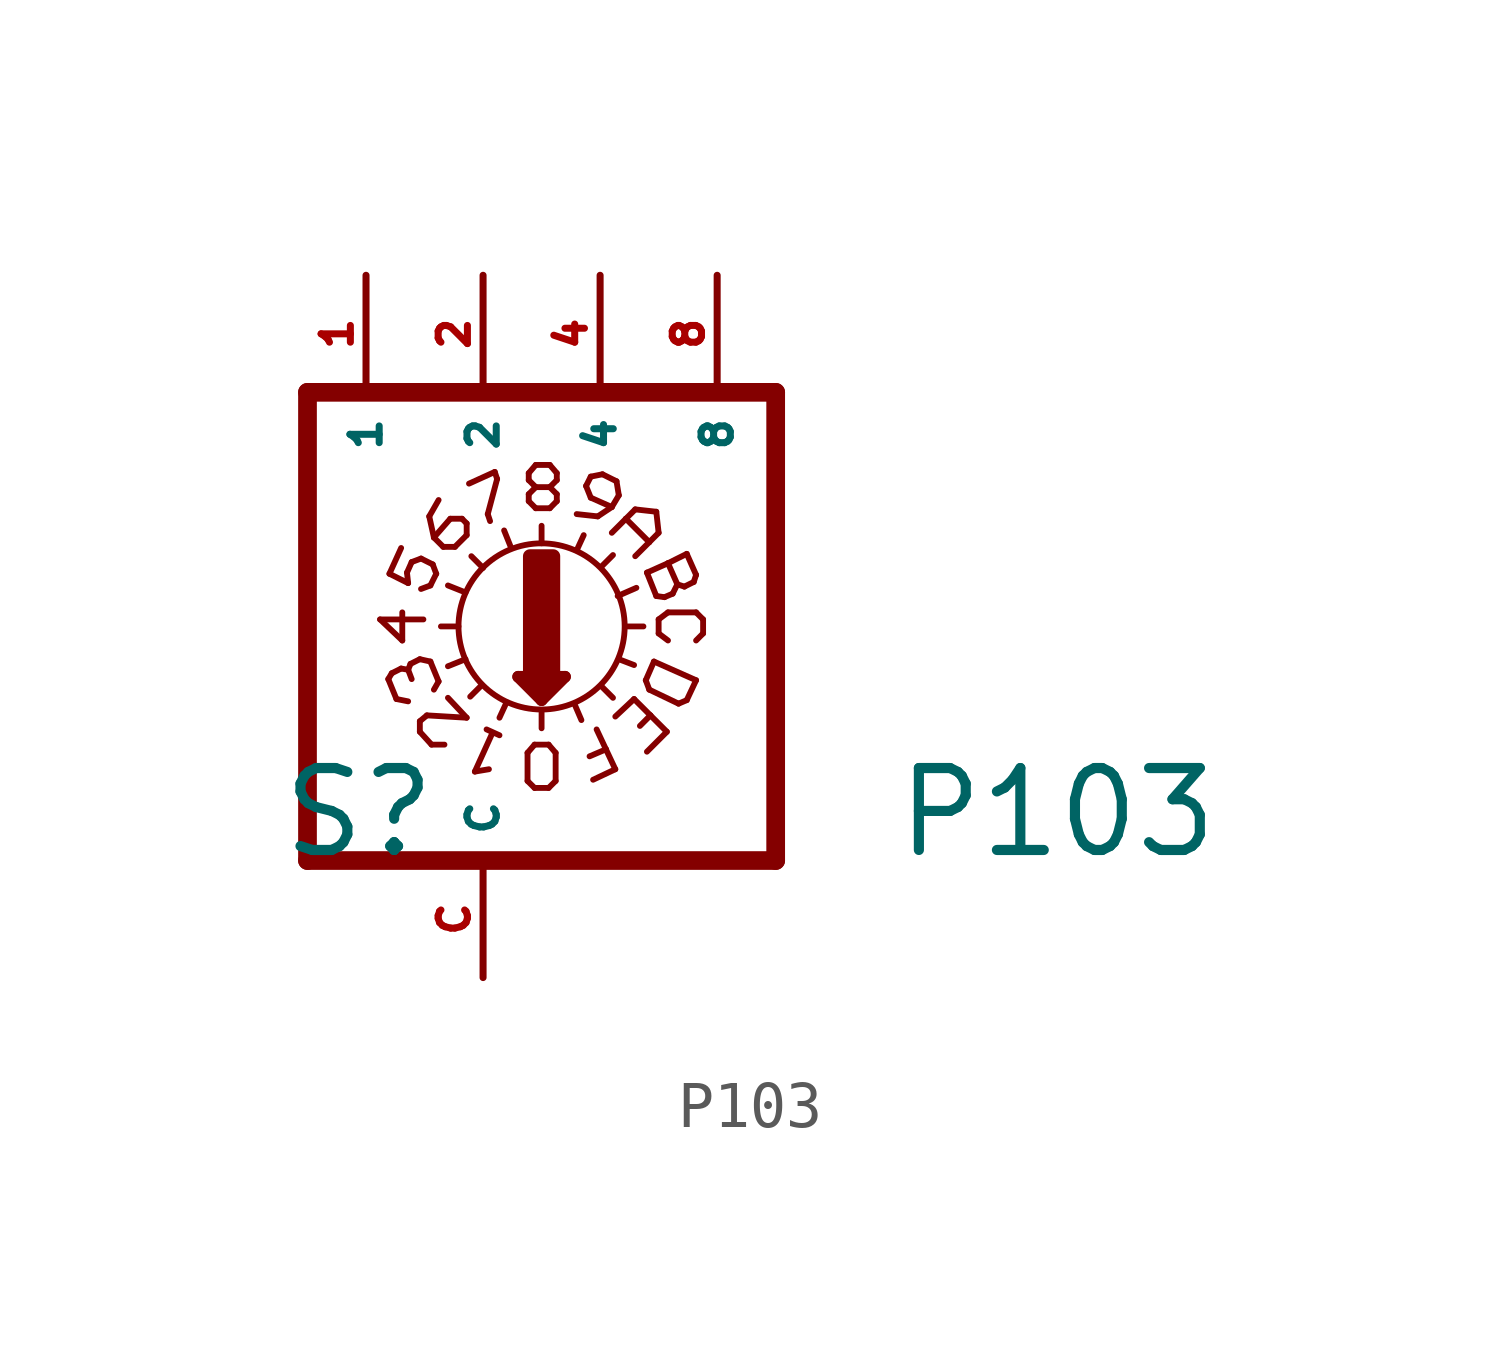
<source format=kicad_sym>
(kicad_symbol_lib
  (version 20220914)
  (generator Eagle2Kicad)
  (symbol "P103"
    (property "Reference" "S"
      (at -4.445 -5.08 0)
      (effects (font (size 1.778 1.778) (thickness 0.22)) (justify left bottom)))
    (property "Value" "P103"
      (at 8.89 -5.08 0)
      (effects (font (size 1.778 1.778) (thickness 0.22)) (justify left bottom)))
    (polyline
      (pts (xy 6.35 -5.08) (xy 6.35 5.08))
      (stroke (width 0.406) (type default))
      (fill (type none)))
    (polyline
      (pts (xy 3.099 0) (xy 3.48 0))
      (stroke (width 0.127) (type default))
      (fill (type none)))
    (polyline
      (pts (xy 1.27 1.803) (xy 1.27 2.184))
      (stroke (width 0.127) (type default))
      (fill (type none)))
    (polyline
      (pts (xy -0.914 0) (xy -0.533 0))
      (stroke (width 0.127) (type default))
      (fill (type none)))
    (polyline
      (pts (xy 2.565 -1.295) (xy 2.819 -1.549))
      (stroke (width 0.127) (type default))
      (fill (type none)))
    (polyline
      (pts (xy 0 1.27) (xy -0.254 1.524))
      (stroke (width 0.127) (type default))
      (fill (type none)))
    (polyline
      (pts (xy 2.565 1.295) (xy 2.819 1.549))
      (stroke (width 0.127) (type default))
      (fill (type none)))
    (polyline
      (pts (xy -0.025 -1.27) (xy -0.279 -1.524))
      (stroke (width 0.127) (type default))
      (fill (type none)))
    (polyline
      (pts (xy 2.032 1.651) (xy 2.184 1.981))
      (stroke (width 0.127) (type default))
      (fill (type none)))
    (polyline
      (pts (xy 2.921 0.66) (xy 3.327 0.838))
      (stroke (width 0.127) (type default))
      (fill (type none)))
    (polyline
      (pts (xy 2.946 -0.711) (xy 3.277 -0.838))
      (stroke (width 0.127) (type default))
      (fill (type none)))
    (polyline
      (pts (xy 1.981 -1.676) (xy 2.134 -2.032))
      (stroke (width 0.127) (type default))
      (fill (type none)))
    (polyline
      (pts (xy 0.508 -1.651) (xy 0.356 -1.981))
      (stroke (width 0.127) (type default))
      (fill (type none)))
    (polyline
      (pts (xy -0.381 -0.711) (xy -0.762 -0.864))
      (stroke (width 0.127) (type default))
      (fill (type none)))
    (polyline
      (pts (xy -0.381 0.737) (xy -0.762 0.889))
      (stroke (width 0.127) (type default))
      (fill (type none)))
    (polyline
      (pts (xy 0.61 1.702) (xy 0.457 2.083))
      (stroke (width 0.127) (type default))
      (fill (type none)))
    (polyline
      (pts (xy 0.762 -1.092) (xy 1.27 -1.6))
      (stroke (width 0.254) (type default))
      (fill (type none)))
    (polyline
      (pts (xy 1.27 -1.6) (xy 1.778 -1.092))
      (stroke (width 0.254) (type default))
      (fill (type none)))
    (polyline
      (pts (xy 1.778 -1.092) (xy 0.762 -1.092))
      (stroke (width 0.254) (type default))
      (fill (type none)))
    (polyline
      (pts (xy 1.27 -1.829) (xy 1.27 -2.21))
      (stroke (width 0.127) (type default))
      (fill (type none)))
    (polyline
      (pts (xy 1.016 -1.219) (xy 1.524 -1.219))
      (stroke (width 0.254) (type default))
      (fill (type none)))
    (polyline
      (pts (xy 1.27 -1.473) (xy 1.27 -1.346))
      (stroke (width 0.254) (type default))
      (fill (type none)))
    (polyline
      (pts (xy -3.81 -5.08) (xy -3.81 5.08))
      (stroke (width 0.406) (type default))
      (fill (type none)))
    (polyline
      (pts (xy -2.032 1.143) (xy -1.778 1.702))
      (stroke (width 0.127) (type default))
      (fill (type none)))
    (polyline
      (pts (xy -2.032 1.143) (xy -1.626 0.94))
      (stroke (width 0.127) (type default))
      (fill (type none)))
    (polyline
      (pts (xy -1.626 0.94) (xy -1.651 1.168))
      (stroke (width 0.127) (type default))
      (fill (type none)))
    (polyline
      (pts (xy -1.651 1.168) (xy -1.549 1.397))
      (stroke (width 0.127) (type default))
      (fill (type none)))
    (polyline
      (pts (xy -1.092 1.346) (xy -1.016 1.143))
      (stroke (width 0.127) (type default))
      (fill (type none)))
    (polyline
      (pts (xy -1.016 1.143) (xy -1.143 0.889))
      (stroke (width 0.127) (type default))
      (fill (type none)))
    (polyline
      (pts (xy -1.143 0.889) (xy -1.346 0.813))
      (stroke (width 0.127) (type default))
      (fill (type none)))
    (polyline
      (pts (xy -1.549 1.397) (xy -1.346 1.473))
      (stroke (width 0.127) (type default))
      (fill (type none)))
    (polyline
      (pts (xy -1.346 1.473) (xy -1.092 1.346))
      (stroke (width 0.127) (type default))
      (fill (type none)))
    (polyline
      (pts (xy -0.61 1.727) (xy -0.356 1.981))
      (stroke (width 0.127) (type default))
      (fill (type none)))
    (polyline
      (pts (xy -0.356 1.981) (xy -0.356 2.235))
      (stroke (width 0.127) (type default))
      (fill (type none)))
    (polyline
      (pts (xy -0.356 2.235) (xy -0.457 2.337))
      (stroke (width 0.127) (type default))
      (fill (type none)))
    (polyline
      (pts (xy -0.457 2.337) (xy -0.711 2.337))
      (stroke (width 0.127) (type default))
      (fill (type none)))
    (polyline
      (pts (xy -0.711 2.337) (xy -1.067 1.93))
      (stroke (width 0.127) (type default))
      (fill (type none)))
    (polyline
      (pts (xy -0.61 1.727) (xy -0.864 1.727))
      (stroke (width 0.127) (type default))
      (fill (type none)))
    (polyline
      (pts (xy -0.864 1.727) (xy -1.067 1.93))
      (stroke (width 0.127) (type default))
      (fill (type none)))
    (polyline
      (pts (xy -1.067 1.93) (xy -1.168 2.388))
      (stroke (width 0.127) (type default))
      (fill (type none)))
    (polyline
      (pts (xy -1.168 2.388) (xy -0.965 2.743))
      (stroke (width 0.127) (type default))
      (fill (type none)))
    (polyline
      (pts (xy -0.305 3.099) (xy 0.254 3.353))
      (stroke (width 0.127) (type default))
      (fill (type none)))
    (polyline
      (pts (xy 0.102 2.438) (xy 0.152 2.286))
      (stroke (width 0.127) (type default))
      (fill (type none)))
    (polyline
      (pts (xy 0.254 3.353) (xy 0.305 3.2))
      (stroke (width 0.127) (type default))
      (fill (type none)))
    (polyline
      (pts (xy 0.305 3.2) (xy 0.102 2.438))
      (stroke (width 0.127) (type default))
      (fill (type none)))
    (polyline
      (pts (xy 2.896 3.15) (xy 2.591 3.302))
      (stroke (width 0.127) (type default))
      (fill (type none)))
    (polyline
      (pts (xy 2.591 3.302) (xy 2.337 3.251))
      (stroke (width 0.127) (type default))
      (fill (type none)))
    (polyline
      (pts (xy 2.337 3.251) (xy 2.235 3.048))
      (stroke (width 0.127) (type default))
      (fill (type none)))
    (polyline
      (pts (xy 2.235 3.048) (xy 2.337 2.794))
      (stroke (width 0.127) (type default))
      (fill (type none)))
    (polyline
      (pts (xy 2.337 2.794) (xy 2.794 2.591))
      (stroke (width 0.127) (type default))
      (fill (type none)))
    (polyline
      (pts (xy 2.896 3.15) (xy 2.946 2.845))
      (stroke (width 0.127) (type default))
      (fill (type none)))
    (polyline
      (pts (xy 2.946 2.845) (xy 2.794 2.591))
      (stroke (width 0.127) (type default))
      (fill (type none)))
    (polyline
      (pts (xy 2.794 2.591) (xy 2.489 2.388))
      (stroke (width 0.127) (type default))
      (fill (type none)))
    (polyline
      (pts (xy 2.489 2.388) (xy 2.032 2.438))
      (stroke (width 0.127) (type default))
      (fill (type none)))
    (polyline
      (pts (xy 2.794 2.032) (xy 3.099 2.337))
      (stroke (width 0.127) (type default))
      (fill (type none)))
    (polyline
      (pts (xy 3.302 2.54) (xy 3.759 2.489))
      (stroke (width 0.127) (type default))
      (fill (type none)))
    (polyline
      (pts (xy 3.759 2.489) (xy 3.81 2.032))
      (stroke (width 0.127) (type default))
      (fill (type none)))
    (polyline
      (pts (xy 3.81 2.032) (xy 3.607 1.829))
      (stroke (width 0.127) (type default))
      (fill (type none)))
    (polyline
      (pts (xy 3.099 2.337) (xy 3.607 1.829))
      (stroke (width 0.127) (type default))
      (fill (type none)))
    (polyline
      (pts (xy 3.099 2.337) (xy 3.302 2.54))
      (stroke (width 0.127) (type default))
      (fill (type none)))
    (polyline
      (pts (xy 3.607 1.829) (xy 3.302 1.524))
      (stroke (width 0.127) (type default))
      (fill (type none)))
    (polyline
      (pts (xy 3.556 1.168) (xy 4.013 1.372))
      (stroke (width 0.127) (type default))
      (fill (type none)))
    (polyline
      (pts (xy 4.42 1.575) (xy 4.623 1.118))
      (stroke (width 0.127) (type default))
      (fill (type none)))
    (polyline
      (pts (xy 4.623 1.118) (xy 4.572 0.965))
      (stroke (width 0.127) (type default))
      (fill (type none)))
    (polyline
      (pts (xy 4.572 0.965) (xy 4.369 0.864))
      (stroke (width 0.127) (type default))
      (fill (type none)))
    (polyline
      (pts (xy 4.369 0.864) (xy 4.216 0.914))
      (stroke (width 0.127) (type default))
      (fill (type none)))
    (polyline
      (pts (xy 4.216 0.914) (xy 4.013 1.372))
      (stroke (width 0.127) (type default))
      (fill (type none)))
    (polyline
      (pts (xy 4.216 0.914) (xy 4.115 0.711))
      (stroke (width 0.127) (type default))
      (fill (type none)))
    (polyline
      (pts (xy 4.115 0.711) (xy 3.937 0.635))
      (stroke (width 0.127) (type default))
      (fill (type none)))
    (polyline
      (pts (xy 3.937 0.635) (xy 3.759 0.66))
      (stroke (width 0.127) (type default))
      (fill (type none)))
    (polyline
      (pts (xy 3.759 0.66) (xy 3.556 1.168))
      (stroke (width 0.127) (type default))
      (fill (type none)))
    (polyline
      (pts (xy 4.013 1.372) (xy 4.42 1.575))
      (stroke (width 0.127) (type default))
      (fill (type none)))
    (polyline
      (pts (xy 4.013 0.305) (xy 4.623 0.305))
      (stroke (width 0.127) (type default))
      (fill (type none)))
    (polyline
      (pts (xy 4.623 0.305) (xy 4.775 0.152))
      (stroke (width 0.127) (type default))
      (fill (type none)))
    (polyline
      (pts (xy 4.775 0.152) (xy 4.775 -0.152))
      (stroke (width 0.127) (type default))
      (fill (type none)))
    (polyline
      (pts (xy 4.775 -0.152) (xy 4.623 -0.305))
      (stroke (width 0.127) (type default))
      (fill (type none)))
    (polyline
      (pts (xy 4.013 0.305) (xy 3.81 0.152))
      (stroke (width 0.127) (type default))
      (fill (type none)))
    (polyline
      (pts (xy 3.81 0.152) (xy 3.81 -0.152))
      (stroke (width 0.127) (type default))
      (fill (type none)))
    (polyline
      (pts (xy 3.81 -0.152) (xy 4.013 -0.305))
      (stroke (width 0.127) (type default))
      (fill (type none)))
    (polyline
      (pts (xy 3.708 -0.762) (xy 3.531 -1.168))
      (stroke (width 0.127) (type default))
      (fill (type none)))
    (polyline
      (pts (xy 3.531 -1.168) (xy 3.607 -1.372))
      (stroke (width 0.127) (type default))
      (fill (type none)))
    (polyline
      (pts (xy 3.607 -1.372) (xy 4.242 -1.676))
      (stroke (width 0.127) (type default))
      (fill (type none)))
    (polyline
      (pts (xy 4.242 -1.676) (xy 4.42 -1.6))
      (stroke (width 0.127) (type default))
      (fill (type none)))
    (polyline
      (pts (xy 4.42 -1.6) (xy 4.623 -1.168))
      (stroke (width 0.127) (type default))
      (fill (type none)))
    (polyline
      (pts (xy 4.623 -1.168) (xy 3.708 -0.762))
      (stroke (width 0.127) (type default))
      (fill (type none)))
    (polyline
      (pts (xy 3.277 -1.575) (xy 2.87 -1.956))
      (stroke (width 0.127) (type default))
      (fill (type none)))
    (polyline
      (pts (xy 3.277 -1.575) (xy 3.632 -1.93))
      (stroke (width 0.127) (type default))
      (fill (type none)))
    (polyline
      (pts (xy 3.988 -2.286) (xy 3.556 -2.718))
      (stroke (width 0.127) (type default))
      (fill (type none)))
    (polyline
      (pts (xy 3.632 -1.93) (xy 3.404 -2.159))
      (stroke (width 0.127) (type default))
      (fill (type none)))
    (polyline
      (pts (xy 3.632 -1.93) (xy 3.988 -2.286))
      (stroke (width 0.127) (type default))
      (fill (type none)))
    (polyline
      (pts (xy 2.388 -3.327) (xy 2.87 -3.099))
      (stroke (width 0.127) (type default))
      (fill (type none)))
    (polyline
      (pts (xy 2.87 -3.099) (xy 2.667 -2.667))
      (stroke (width 0.127) (type default))
      (fill (type none)))
    (polyline
      (pts (xy 2.667 -2.667) (xy 2.311 -2.819))
      (stroke (width 0.127) (type default))
      (fill (type none)))
    (polyline
      (pts (xy 2.667 -2.667) (xy 2.464 -2.235))
      (stroke (width 0.127) (type default))
      (fill (type none)))
    (polyline
      (pts (xy 0.076 -2.235) (xy 0.356 -2.362))
      (stroke (width 0.127) (type default))
      (fill (type none)))
    (polyline
      (pts (xy 0.203 -2.311) (xy -0.178 -3.15))
      (stroke (width 0.127) (type default))
      (fill (type none)))
    (polyline
      (pts (xy -0.178 -3.15) (xy 0.127 -3.099))
      (stroke (width 0.127) (type default))
      (fill (type none)))
    (polyline
      (pts (xy -0.762 -1.549) (xy -0.356 -1.981))
      (stroke (width 0.127) (type default))
      (fill (type none)))
    (polyline
      (pts (xy -1.372 -2.286) (xy -1.118 -2.565))
      (stroke (width 0.127) (type default))
      (fill (type none)))
    (polyline
      (pts (xy -1.118 -2.565) (xy -0.838 -2.565))
      (stroke (width 0.127) (type default))
      (fill (type none)))
    (polyline
      (pts (xy -1.372 -2.286) (xy -1.372 -2.057))
      (stroke (width 0.127) (type default))
      (fill (type none)))
    (polyline
      (pts (xy -1.372 -2.057) (xy -1.219 -1.93))
      (stroke (width 0.127) (type default))
      (fill (type none)))
    (polyline
      (pts (xy -1.219 -1.93) (xy -0.356 -1.981))
      (stroke (width 0.127) (type default))
      (fill (type none)))
    (polyline
      (pts (xy -1.143 -0.762) (xy -0.965 -1.194))
      (stroke (width 0.127) (type default))
      (fill (type none)))
    (polyline
      (pts (xy -2.057 -1.143) (xy -1.88 -1.575))
      (stroke (width 0.127) (type default))
      (fill (type none)))
    (polyline
      (pts (xy -1.626 -1.626) (xy -1.88 -1.575))
      (stroke (width 0.127) (type default))
      (fill (type none)))
    (polyline
      (pts (xy -1.067 -1.372) (xy -0.965 -1.194))
      (stroke (width 0.127) (type default))
      (fill (type none)))
    (polyline
      (pts (xy -1.143 -0.762) (xy -1.372 -0.711))
      (stroke (width 0.127) (type default))
      (fill (type none)))
    (polyline
      (pts (xy -1.372 -0.711) (xy -1.575 -0.813))
      (stroke (width 0.127) (type default))
      (fill (type none)))
    (polyline
      (pts (xy -1.575 -0.813) (xy -1.626 -0.94))
      (stroke (width 0.127) (type default))
      (fill (type none)))
    (polyline
      (pts (xy -1.626 -0.94) (xy -1.549 -1.143))
      (stroke (width 0.127) (type default))
      (fill (type none)))
    (polyline
      (pts (xy -1.626 -0.94) (xy -1.778 -0.914))
      (stroke (width 0.127) (type default))
      (fill (type none)))
    (polyline
      (pts (xy -1.778 -0.914) (xy -1.981 -1.016))
      (stroke (width 0.127) (type default))
      (fill (type none)))
    (polyline
      (pts (xy -1.981 -1.016) (xy -2.057 -1.143))
      (stroke (width 0.127) (type default))
      (fill (type none)))
    (polyline
      (pts (xy -1.295 0.152) (xy -2.235 0.152))
      (stroke (width 0.127) (type default))
      (fill (type none)))
    (polyline
      (pts (xy -2.235 0.152) (xy -1.753 -0.305))
      (stroke (width 0.127) (type default))
      (fill (type none)))
    (polyline
      (pts (xy -1.753 -0.305) (xy -1.753 0.305))
      (stroke (width 0.127) (type default))
      (fill (type none)))
    (polyline
      (pts (xy 1.118 -3.505) (xy 1.422 -3.505))
      (stroke (width 0.127) (type default))
      (fill (type none)))
    (polyline
      (pts (xy 1.422 -3.505) (xy 1.575 -3.353))
      (stroke (width 0.127) (type default))
      (fill (type none)))
    (polyline
      (pts (xy 1.575 -3.353) (xy 1.575 -2.743))
      (stroke (width 0.127) (type default))
      (fill (type none)))
    (polyline
      (pts (xy 1.575 -2.743) (xy 1.422 -2.565))
      (stroke (width 0.127) (type default))
      (fill (type none)))
    (polyline
      (pts (xy 1.422 -2.565) (xy 1.118 -2.565))
      (stroke (width 0.127) (type default))
      (fill (type none)))
    (polyline
      (pts (xy 1.118 -2.565) (xy 0.965 -2.743))
      (stroke (width 0.127) (type default))
      (fill (type none)))
    (polyline
      (pts (xy 0.965 -2.743) (xy 0.965 -3.353))
      (stroke (width 0.127) (type default))
      (fill (type none)))
    (polyline
      (pts (xy 0.965 -3.353) (xy 1.118 -3.505))
      (stroke (width 0.127) (type default))
      (fill (type none)))
    (polyline
      (pts (xy 1.143 2.565) (xy 1.448 2.565))
      (stroke (width 0.127) (type default))
      (fill (type none)))
    (polyline
      (pts (xy 1.448 2.565) (xy 1.6 2.718))
      (stroke (width 0.127) (type default))
      (fill (type none)))
    (polyline
      (pts (xy 1.6 2.718) (xy 1.6 2.87))
      (stroke (width 0.127) (type default))
      (fill (type none)))
    (polyline
      (pts (xy 1.6 2.87) (xy 1.448 3.023))
      (stroke (width 0.127) (type default))
      (fill (type none)))
    (polyline
      (pts (xy 1.448 3.023) (xy 1.6 3.175))
      (stroke (width 0.127) (type default))
      (fill (type none)))
    (polyline
      (pts (xy 1.6 3.175) (xy 1.6 3.327))
      (stroke (width 0.127) (type default))
      (fill (type none)))
    (polyline
      (pts (xy 1.6 3.327) (xy 1.448 3.505))
      (stroke (width 0.127) (type default))
      (fill (type none)))
    (polyline
      (pts (xy 1.448 3.505) (xy 1.143 3.505))
      (stroke (width 0.127) (type default))
      (fill (type none)))
    (polyline
      (pts (xy 1.143 3.505) (xy 0.991 3.327))
      (stroke (width 0.127) (type default))
      (fill (type none)))
    (polyline
      (pts (xy 0.991 3.327) (xy 0.991 3.175))
      (stroke (width 0.127) (type default))
      (fill (type none)))
    (polyline
      (pts (xy 0.991 3.175) (xy 1.143 3.023))
      (stroke (width 0.127) (type default))
      (fill (type none)))
    (polyline
      (pts (xy 1.143 3.023) (xy 0.991 2.87))
      (stroke (width 0.127) (type default))
      (fill (type none)))
    (polyline
      (pts (xy 0.991 2.87) (xy 0.991 2.718))
      (stroke (width 0.127) (type default))
      (fill (type none)))
    (polyline
      (pts (xy 0.991 2.718) (xy 1.143 2.565))
      (stroke (width 0.127) (type default))
      (fill (type none)))
    (polyline
      (pts (xy 1.143 3.023) (xy 1.448 3.023))
      (stroke (width 0.127) (type default))
      (fill (type none)))
    (polyline
      (pts (xy 6.35 5.08) (xy -3.81 5.08))
      (stroke (width 0.406) (type default))
      (fill (type none)))
    (polyline
      (pts (xy -3.81 -5.08) (xy 6.35 -5.08))
      (stroke (width 0.406) (type default))
      (fill (type none)))
    (circle
      (center 1.27 0)
      (radius 1.803)
      (stroke (width 0.127) (type default))
      (fill (type none)))
    (rectangle
      (start 1.016 -1.016)
      (end 1.524 1.524)
      (stroke (width 0.3) (type default))
      (fill (type outline)))
    (pin passive line
      (at 5.08 7.62 270)
      (length 2.54)
      (name "8" (effects (font (size 0.635 0.635) (thickness 0.08)) (justify left bottom)))
      (number "8" (effects (font (size 0.635 0.635) (thickness 0.08)) (justify left bottom))))
    (pin passive line
      (at 2.54 7.62 270)
      (length 2.54)
      (name "4" (effects (font (size 0.635 0.635) (thickness 0.08)) (justify left bottom)))
      (number "4" (effects (font (size 0.635 0.635) (thickness 0.08)) (justify left bottom))))
    (pin passive line
      (at 0 7.62 270)
      (length 2.54)
      (name "2" (effects (font (size 0.635 0.635) (thickness 0.08)) (justify left bottom)))
      (number "2" (effects (font (size 0.635 0.635) (thickness 0.08)) (justify left bottom))))
    (pin passive line
      (at -2.54 7.62 270)
      (length 2.54)
      (name "1" (effects (font (size 0.635 0.635) (thickness 0.08)) (justify left bottom)))
      (number "1" (effects (font (size 0.635 0.635) (thickness 0.08)) (justify left bottom))))
    (pin passive line
      (at 0 -7.62 90)
      (length 2.54)
      (name "C" (effects (font (size 0.635 0.635) (thickness 0.08)) (justify left bottom)))
      (number "C" (effects (font (size 0.635 0.635) (thickness 0.08)) (justify left bottom))))))
</source>
